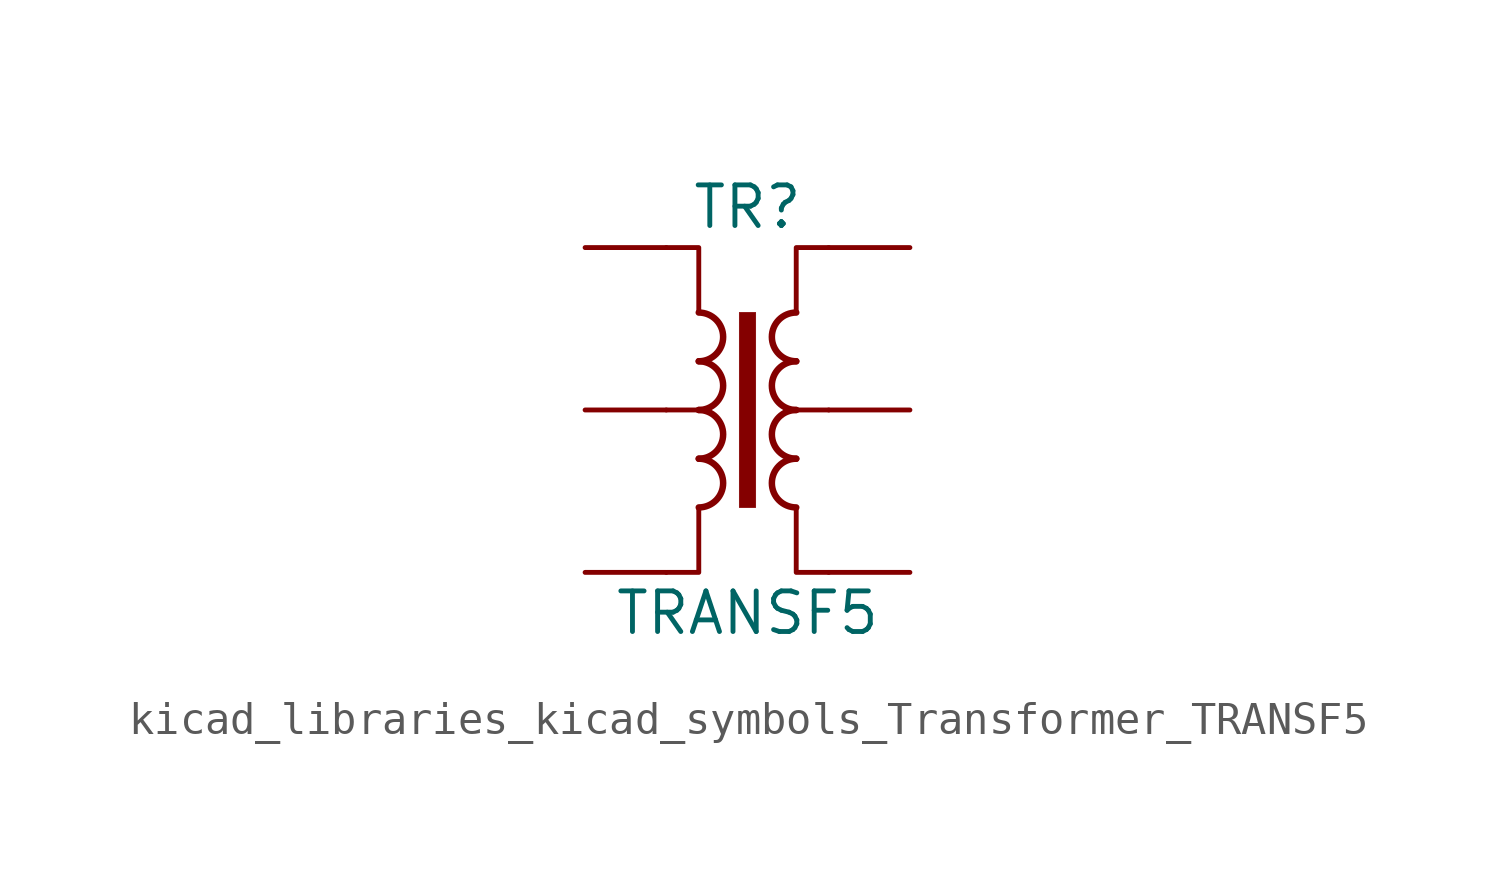
<source format=kicad_sym>
(kicad_symbol_lib
  (version 20220914)
  (generator kicad_symbol_editor)
  (symbol "kicad_libraries_kicad_symbols_Transformer_TRANSF5"
    (pin_numbers hide)
    (pin_names
      (offset 0))
    (property "Reference" "TR"
      (at 0 6.35 0)
      (effects (font (size 1.27 1.27))))
    (property "Value" "TRANSF5"
      (at 0 -6.35 0)
      (effects (font (size 1.27 1.27))))
    (symbol "kicad_libraries_kicad_symbols_Transformer_TRANSF5_0_1"
      (arc (start -1.524 -3.048) (mid -0.7653 -2.286) (end -1.524 -1.524) (stroke (width 0.2032) (type default)) (fill (type none)))
      (arc (start -1.524 -1.524) (mid -0.7653 -0.762) (end -1.524 0) (stroke (width 0.2032) (type default)) (fill (type none)))
      (arc (start -1.524 0) (mid -0.7653 0.762) (end -1.524 1.524) (stroke (width 0.2032) (type default)) (fill (type none)))
      (arc (start -1.524 1.524) (mid -0.7653 2.286) (end -1.524 3.048) (stroke (width 0.2032) (type default)) (fill (type none)))
      (rectangle (start -0.254 3.048) (end 0.254 -3.048) (stroke (width 0.025) (type default)) (fill (type outline)))
      (polyline (pts (xy -1.524 0) (xy -2.54 0) (xy -2.54 0)) (stroke (width 0) (type default)) (fill (type outline)))
      (polyline (pts (xy 1.524 0) (xy 2.54 0) (xy 2.54 0)) (stroke (width 0) (type default)) (fill (type outline)))
      (polyline (pts (xy -2.54 5.08) (xy -1.524 5.08) (xy -1.524 3.048) (xy -1.524 3.048)) (stroke (width 0.152) (type default)) (fill (type none)))
      (polyline (pts (xy -1.524 -3.048) (xy -1.524 -5.08) (xy -2.54 -5.08) (xy -2.54 -5.08)) (stroke (width 0.152) (type default)) (fill (type none)))
      (polyline (pts (xy 1.524 3.048) (xy 1.524 5.08) (xy 2.54 5.08) (xy 2.54 5.08)) (stroke (width 0.152) (type default)) (fill (type none)))
      (polyline (pts (xy 2.54 -5.08) (xy 1.524 -5.08) (xy 1.524 -3.048) (xy 1.524 -3.048)) (stroke (width 0.152) (type default)) (fill (type none)))
      (arc (start 1.524 -1.524) (mid 0.7653 -2.286) (end 1.524 -3.048) (stroke (width 0.2032) (type default)) (fill (type none)))
      (arc (start 1.524 0) (mid 0.7653 -0.762) (end 1.524 -1.524) (stroke (width 0.2032) (type default)) (fill (type none)))
      (arc (start 1.524 1.524) (mid 0.7653 0.762) (end 1.524 0) (stroke (width 0.2032) (type default)) (fill (type none)))
      (arc (start 1.524 3.048) (mid 0.7653 2.286) (end 1.524 1.524) (stroke (width 0.2032) (type default)) (fill (type none))))
    (symbol "kicad_libraries_kicad_symbols_Transformer_TRANSF5_1_1"
      (pin passive line (at -5.08 5.08 0) (length 2.54) (name "~" (effects (font (size 1.27 1.27)))) (number "1" (effects (font (size 1.27 1.27)))))
      (pin passive line (at -5.08 0 0) (length 2.54) (name "~" (effects (font (size 1.27 1.27)))) (number "2" (effects (font (size 1.27 1.27)))))
      (pin passive line (at -5.08 -5.08 0) (length 2.54) (name "~" (effects (font (size 1.27 1.27)))) (number "3" (effects (font (size 1.27 1.27)))))
      (pin passive line (at 5.08 -5.08 180) (length 2.54) (name "~" (effects (font (size 1.27 1.27)))) (number "4" (effects (font (size 1.27 1.27)))))
      (pin passive line (at 5.08 0 180) (length 2.54) (name "~" (effects (font (size 1.27 1.27)))) (number "5" (effects (font (size 1.27 1.27)))))
      (pin passive line (at 5.08 5.08 180) (length 2.54) (name "~" (effects (font (size 1.27 1.27)))) (number "6" (effects (font (size 1.27 1.27))))))))
</source>
